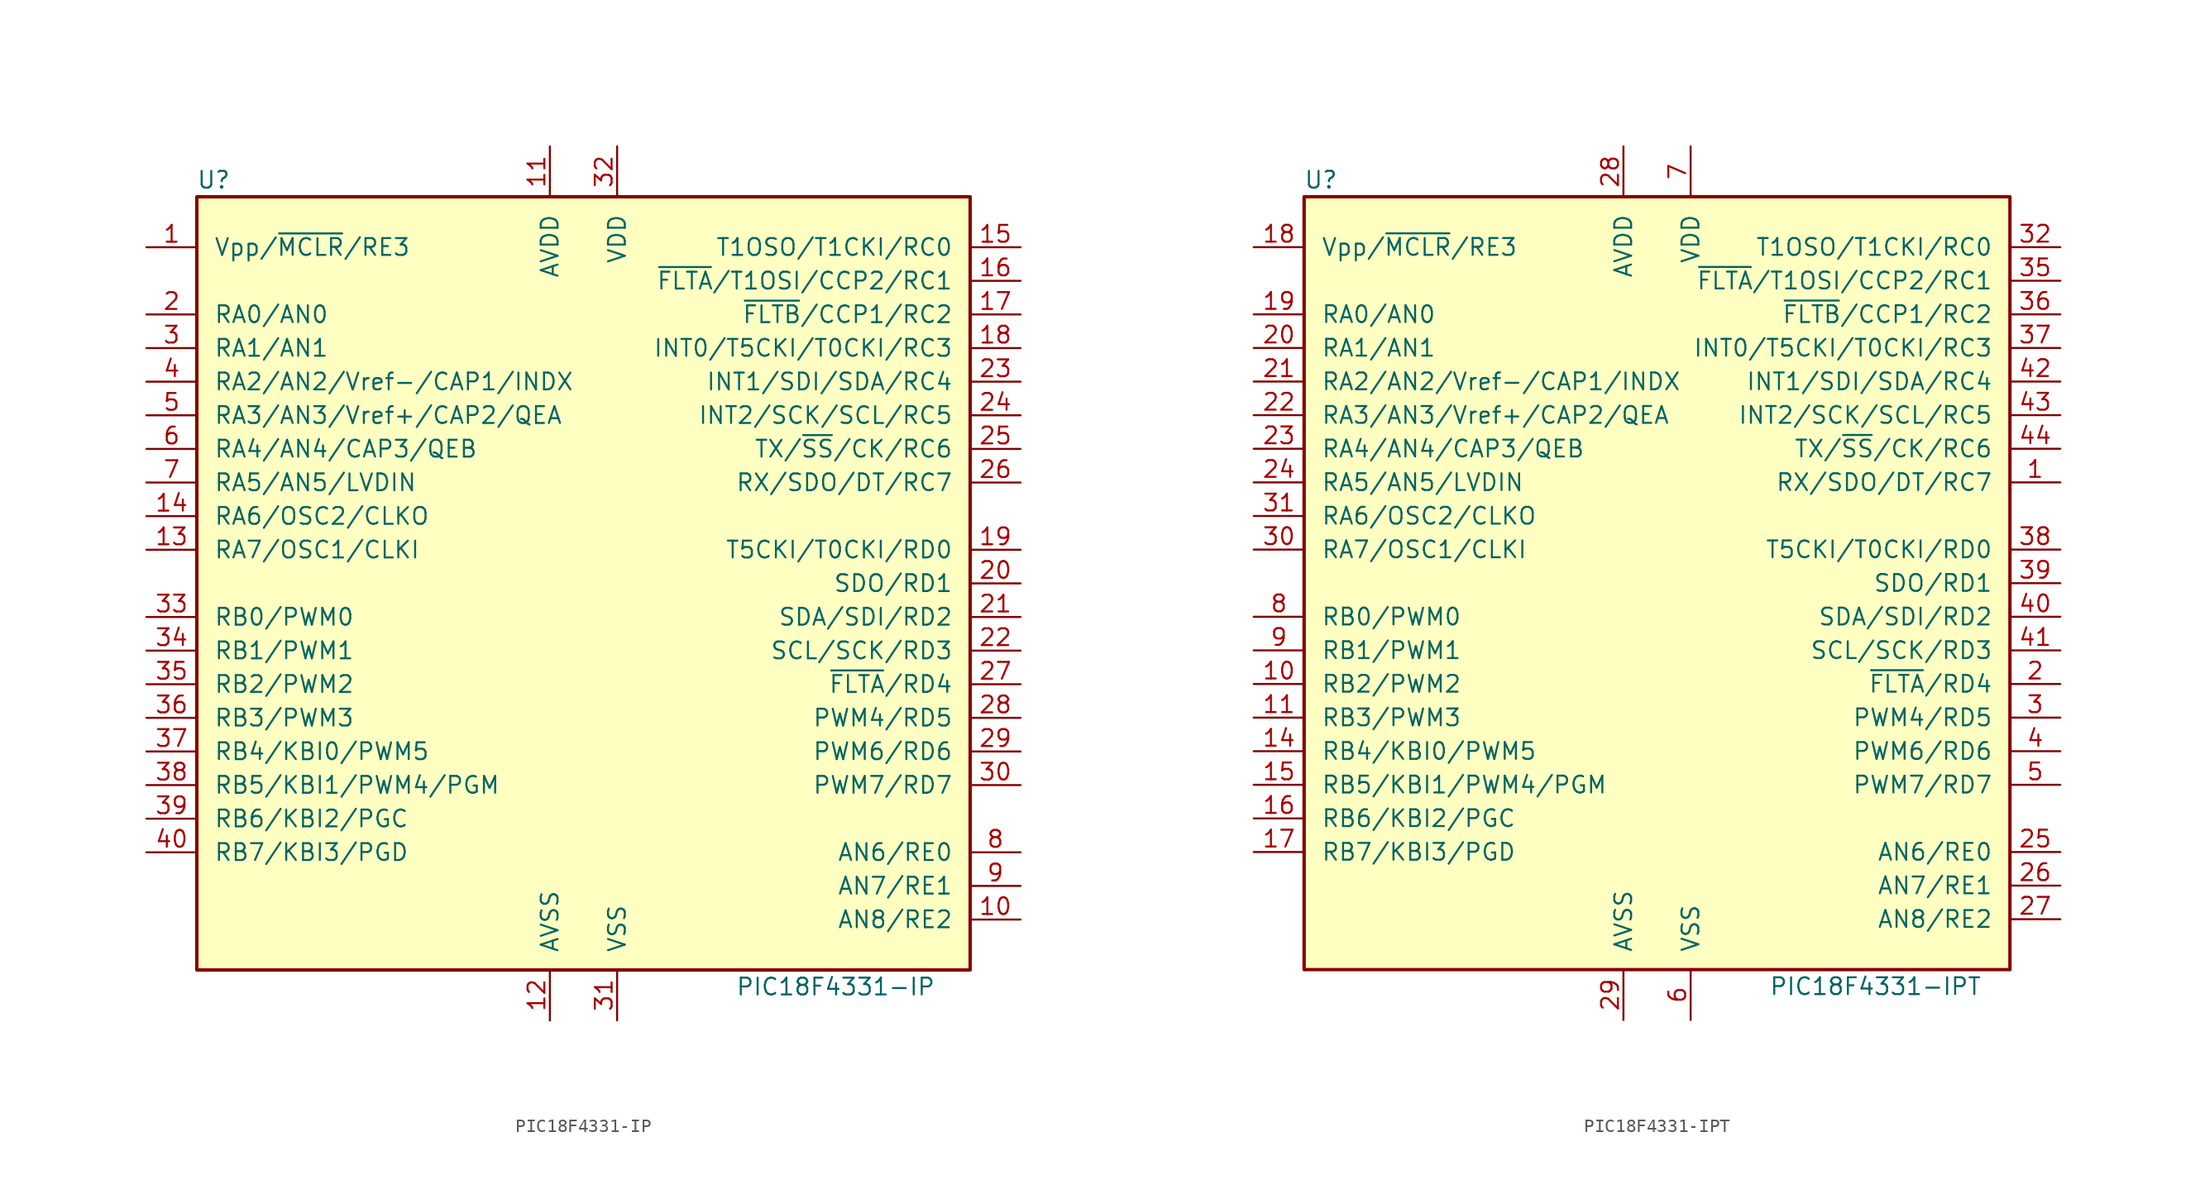
<source format=kicad_sym>
(kicad_symbol_lib
  (version 20201005)
  (generator kicad_symbol_editor)
  (symbol "PIC18F4331-IP"
    (pin_names
      (offset 1.27))
    (property "Reference" "U"
      (at -27.94 30.48 0)
      (effects (font (size 1.27 1.27))))
    (property "Value" "PIC18F4331-IP"
      (at 19.05 -30.48 0)
      (effects (font (size 1.27 1.27))))
    (symbol "PIC18F4331-IP_0_1"
      (rectangle (start -29.21 29.21) (end 29.21 -29.21) (stroke (width 0.254)) (fill (type background))))
    (symbol "PIC18F4331-IP_1_1"
      (pin input line (at -33.02 25.4 0) (length 3.81) (name "Vpp/~MCLR~/RE3" (effects (font (size 1.27 1.27)))) (number "1" (effects (font (size 1.27 1.27)))))
      (pin bidirectional line (at 33.02 -25.4 180) (length 3.81) (name "AN8/RE2" (effects (font (size 1.27 1.27)))) (number "10" (effects (font (size 1.27 1.27)))))
      (pin power_in line (at -2.54 33.02 270) (length 3.81) (name "AVDD" (effects (font (size 1.27 1.27)))) (number "11" (effects (font (size 1.27 1.27)))))
      (pin power_in line (at -2.54 -33.02 90) (length 3.81) (name "AVSS" (effects (font (size 1.27 1.27)))) (number "12" (effects (font (size 1.27 1.27)))))
      (pin bidirectional line (at -33.02 2.54 0) (length 3.81) (name "RA7/OSC1/CLKI" (effects (font (size 1.27 1.27)))) (number "13" (effects (font (size 1.27 1.27)))))
      (pin bidirectional line (at -33.02 5.08 0) (length 3.81) (name "RA6/OSC2/CLKO" (effects (font (size 1.27 1.27)))) (number "14" (effects (font (size 1.27 1.27)))))
      (pin bidirectional line (at 33.02 25.4 180) (length 3.81) (name "T1OSO/T1CKI/RC0" (effects (font (size 1.27 1.27)))) (number "15" (effects (font (size 1.27 1.27)))))
      (pin bidirectional line (at 33.02 22.86 180) (length 3.81) (name "~FLTA~/T1OSI/CCP2/RC1" (effects (font (size 1.27 1.27)))) (number "16" (effects (font (size 1.27 1.27)))))
      (pin bidirectional line (at 33.02 20.32 180) (length 3.81) (name "~FLTB~/CCP1/RC2" (effects (font (size 1.27 1.27)))) (number "17" (effects (font (size 1.27 1.27)))))
      (pin bidirectional line (at 33.02 17.78 180) (length 3.81) (name "INT0/T5CKI/T0CKI/RC3" (effects (font (size 1.27 1.27)))) (number "18" (effects (font (size 1.27 1.27)))))
      (pin bidirectional line (at 33.02 2.54 180) (length 3.81) (name "T5CKI/T0CKI/RD0" (effects (font (size 1.27 1.27)))) (number "19" (effects (font (size 1.27 1.27)))))
      (pin bidirectional line (at -33.02 20.32 0) (length 3.81) (name "RA0/AN0" (effects (font (size 1.27 1.27)))) (number "2" (effects (font (size 1.27 1.27)))))
      (pin bidirectional line (at 33.02 0 180) (length 3.81) (name "SDO/RD1" (effects (font (size 1.27 1.27)))) (number "20" (effects (font (size 1.27 1.27)))))
      (pin bidirectional line (at 33.02 -2.54 180) (length 3.81) (name "SDA/SDI/RD2" (effects (font (size 1.27 1.27)))) (number "21" (effects (font (size 1.27 1.27)))))
      (pin bidirectional line (at 33.02 -5.08 180) (length 3.81) (name "SCL/SCK/RD3" (effects (font (size 1.27 1.27)))) (number "22" (effects (font (size 1.27 1.27)))))
      (pin bidirectional line (at 33.02 15.24 180) (length 3.81) (name "INT1/SDI/SDA/RC4" (effects (font (size 1.27 1.27)))) (number "23" (effects (font (size 1.27 1.27)))))
      (pin bidirectional line (at 33.02 12.7 180) (length 3.81) (name "INT2/SCK/SCL/RC5" (effects (font (size 1.27 1.27)))) (number "24" (effects (font (size 1.27 1.27)))))
      (pin bidirectional line (at 33.02 10.16 180) (length 3.81) (name "TX/~SS~/CK/RC6" (effects (font (size 1.27 1.27)))) (number "25" (effects (font (size 1.27 1.27)))))
      (pin bidirectional line (at 33.02 7.62 180) (length 3.81) (name "RX/SDO/DT/RC7" (effects (font (size 1.27 1.27)))) (number "26" (effects (font (size 1.27 1.27)))))
      (pin bidirectional line (at 33.02 -7.62 180) (length 3.81) (name "~FLTA~/RD4" (effects (font (size 1.27 1.27)))) (number "27" (effects (font (size 1.27 1.27)))))
      (pin bidirectional line (at 33.02 -10.16 180) (length 3.81) (name "PWM4/RD5" (effects (font (size 1.27 1.27)))) (number "28" (effects (font (size 1.27 1.27)))))
      (pin bidirectional line (at 33.02 -12.7 180) (length 3.81) (name "PWM6/RD6" (effects (font (size 1.27 1.27)))) (number "29" (effects (font (size 1.27 1.27)))))
      (pin bidirectional line (at -33.02 17.78 0) (length 3.81) (name "RA1/AN1" (effects (font (size 1.27 1.27)))) (number "3" (effects (font (size 1.27 1.27)))))
      (pin bidirectional line (at 33.02 -15.24 180) (length 3.81) (name "PWM7/RD7" (effects (font (size 1.27 1.27)))) (number "30" (effects (font (size 1.27 1.27)))))
      (pin power_in line (at 2.54 -33.02 90) (length 3.81) (name "VSS" (effects (font (size 1.27 1.27)))) (number "31" (effects (font (size 1.27 1.27)))))
      (pin power_in line (at 2.54 33.02 270) (length 3.81) (name "VDD" (effects (font (size 1.27 1.27)))) (number "32" (effects (font (size 1.27 1.27)))))
      (pin bidirectional line (at -33.02 -2.54 0) (length 3.81) (name "RB0/PWM0" (effects (font (size 1.27 1.27)))) (number "33" (effects (font (size 1.27 1.27)))))
      (pin bidirectional line (at -33.02 -5.08 0) (length 3.81) (name "RB1/PWM1" (effects (font (size 1.27 1.27)))) (number "34" (effects (font (size 1.27 1.27)))))
      (pin bidirectional line (at -33.02 -7.62 0) (length 3.81) (name "RB2/PWM2" (effects (font (size 1.27 1.27)))) (number "35" (effects (font (size 1.27 1.27)))))
      (pin bidirectional line (at -33.02 -10.16 0) (length 3.81) (name "RB3/PWM3" (effects (font (size 1.27 1.27)))) (number "36" (effects (font (size 1.27 1.27)))))
      (pin bidirectional line (at -33.02 -12.7 0) (length 3.81) (name "RB4/KBI0/PWM5" (effects (font (size 1.27 1.27)))) (number "37" (effects (font (size 1.27 1.27)))))
      (pin bidirectional line (at -33.02 -15.24 0) (length 3.81) (name "RB5/KBI1/PWM4/PGM" (effects (font (size 1.27 1.27)))) (number "38" (effects (font (size 1.27 1.27)))))
      (pin bidirectional line (at -33.02 -17.78 0) (length 3.81) (name "RB6/KBI2/PGC" (effects (font (size 1.27 1.27)))) (number "39" (effects (font (size 1.27 1.27)))))
      (pin bidirectional line (at -33.02 15.24 0) (length 3.81) (name "RA2/AN2/Vref-/CAP1/INDX" (effects (font (size 1.27 1.27)))) (number "4" (effects (font (size 1.27 1.27)))))
      (pin bidirectional line (at -33.02 -20.32 0) (length 3.81) (name "RB7/KBI3/PGD" (effects (font (size 1.27 1.27)))) (number "40" (effects (font (size 1.27 1.27)))))
      (pin bidirectional line (at -33.02 12.7 0) (length 3.81) (name "RA3/AN3/Vref+/CAP2/QEA" (effects (font (size 1.27 1.27)))) (number "5" (effects (font (size 1.27 1.27)))))
      (pin bidirectional line (at -33.02 10.16 0) (length 3.81) (name "RA4/AN4/CAP3/QEB" (effects (font (size 1.27 1.27)))) (number "6" (effects (font (size 1.27 1.27)))))
      (pin bidirectional line (at -33.02 7.62 0) (length 3.81) (name "RA5/AN5/LVDIN" (effects (font (size 1.27 1.27)))) (number "7" (effects (font (size 1.27 1.27)))))
      (pin bidirectional line (at 33.02 -20.32 180) (length 3.81) (name "AN6/RE0" (effects (font (size 1.27 1.27)))) (number "8" (effects (font (size 1.27 1.27)))))
      (pin bidirectional line (at 33.02 -22.86 180) (length 3.81) (name "AN7/RE1" (effects (font (size 1.27 1.27)))) (number "9" (effects (font (size 1.27 1.27)))))))
  (symbol "PIC18F4331-IPT"
    (pin_names
      (offset 1.27))
    (property "Reference" "U"
      (at -25.4 30.48 0)
      (effects (font (size 1.27 1.27))))
    (property "Value" "PIC18F4331-IPT"
      (at 16.51 -30.48 0)
      (effects (font (size 1.27 1.27))))
    (symbol "PIC18F4331-IPT_0_1"
      (rectangle (start -26.67 29.21) (end 26.67 -29.21) (stroke (width 0.254)) (fill (type background))))
    (symbol "PIC18F4331-IPT_1_1"
      (pin bidirectional line (at 30.48 7.62 180) (length 3.81) (name "RX/SDO/DT/RC7" (effects (font (size 1.27 1.27)))) (number "1" (effects (font (size 1.27 1.27)))))
      (pin bidirectional line (at -30.48 -7.62 0) (length 3.81) (name "RB2/PWM2" (effects (font (size 1.27 1.27)))) (number "10" (effects (font (size 1.27 1.27)))))
      (pin bidirectional line (at -30.48 -10.16 0) (length 3.81) (name "RB3/PWM3" (effects (font (size 1.27 1.27)))) (number "11" (effects (font (size 1.27 1.27)))))
      (pin no_connect line (at -15.24 -33.02 90) (length 3.81) hide (name "NC" (effects (font (size 1.27 1.27)))) (number "12" (effects (font (size 1.27 1.27)))))
      (pin no_connect line (at -12.7 -33.02 90) (length 3.81) hide (name "NC" (effects (font (size 1.27 1.27)))) (number "13" (effects (font (size 1.27 1.27)))))
      (pin bidirectional line (at -30.48 -12.7 0) (length 3.81) (name "RB4/KBI0/PWM5" (effects (font (size 1.27 1.27)))) (number "14" (effects (font (size 1.27 1.27)))))
      (pin bidirectional line (at -30.48 -15.24 0) (length 3.81) (name "RB5/KBI1/PWM4/PGM" (effects (font (size 1.27 1.27)))) (number "15" (effects (font (size 1.27 1.27)))))
      (pin bidirectional line (at -30.48 -17.78 0) (length 3.81) (name "RB6/KBI2/PGC" (effects (font (size 1.27 1.27)))) (number "16" (effects (font (size 1.27 1.27)))))
      (pin bidirectional line (at -30.48 -20.32 0) (length 3.81) (name "RB7/KBI3/PGD" (effects (font (size 1.27 1.27)))) (number "17" (effects (font (size 1.27 1.27)))))
      (pin input line (at -30.48 25.4 0) (length 3.81) (name "Vpp/~MCLR~/RE3" (effects (font (size 1.27 1.27)))) (number "18" (effects (font (size 1.27 1.27)))))
      (pin bidirectional line (at -30.48 20.32 0) (length 3.81) (name "RA0/AN0" (effects (font (size 1.27 1.27)))) (number "19" (effects (font (size 1.27 1.27)))))
      (pin bidirectional line (at 30.48 -7.62 180) (length 3.81) (name "~FLTA~/RD4" (effects (font (size 1.27 1.27)))) (number "2" (effects (font (size 1.27 1.27)))))
      (pin bidirectional line (at -30.48 17.78 0) (length 3.81) (name "RA1/AN1" (effects (font (size 1.27 1.27)))) (number "20" (effects (font (size 1.27 1.27)))))
      (pin bidirectional line (at -30.48 15.24 0) (length 3.81) (name "RA2/AN2/Vref-/CAP1/INDX" (effects (font (size 1.27 1.27)))) (number "21" (effects (font (size 1.27 1.27)))))
      (pin bidirectional line (at -30.48 12.7 0) (length 3.81) (name "RA3/AN3/Vref+/CAP2/QEA" (effects (font (size 1.27 1.27)))) (number "22" (effects (font (size 1.27 1.27)))))
      (pin bidirectional line (at -30.48 10.16 0) (length 3.81) (name "RA4/AN4/CAP3/QEB" (effects (font (size 1.27 1.27)))) (number "23" (effects (font (size 1.27 1.27)))))
      (pin bidirectional line (at -30.48 7.62 0) (length 3.81) (name "RA5/AN5/LVDIN" (effects (font (size 1.27 1.27)))) (number "24" (effects (font (size 1.27 1.27)))))
      (pin bidirectional line (at 30.48 -20.32 180) (length 3.81) (name "AN6/RE0" (effects (font (size 1.27 1.27)))) (number "25" (effects (font (size 1.27 1.27)))))
      (pin bidirectional line (at 30.48 -22.86 180) (length 3.81) (name "AN7/RE1" (effects (font (size 1.27 1.27)))) (number "26" (effects (font (size 1.27 1.27)))))
      (pin bidirectional line (at 30.48 -25.4 180) (length 3.81) (name "AN8/RE2" (effects (font (size 1.27 1.27)))) (number "27" (effects (font (size 1.27 1.27)))))
      (pin power_in line (at -2.54 33.02 270) (length 3.81) (name "AVDD" (effects (font (size 1.27 1.27)))) (number "28" (effects (font (size 1.27 1.27)))))
      (pin power_in line (at -2.54 -33.02 90) (length 3.81) (name "AVSS" (effects (font (size 1.27 1.27)))) (number "29" (effects (font (size 1.27 1.27)))))
      (pin bidirectional line (at 30.48 -10.16 180) (length 3.81) (name "PWM4/RD5" (effects (font (size 1.27 1.27)))) (number "3" (effects (font (size 1.27 1.27)))))
      (pin bidirectional line (at -30.48 2.54 0) (length 3.81) (name "RA7/OSC1/CLKI" (effects (font (size 1.27 1.27)))) (number "30" (effects (font (size 1.27 1.27)))))
      (pin bidirectional line (at -30.48 5.08 0) (length 3.81) (name "RA6/OSC2/CLKO" (effects (font (size 1.27 1.27)))) (number "31" (effects (font (size 1.27 1.27)))))
      (pin bidirectional line (at 30.48 25.4 180) (length 3.81) (name "T1OSO/T1CKI/RC0" (effects (font (size 1.27 1.27)))) (number "32" (effects (font (size 1.27 1.27)))))
      (pin no_connect line (at -10.16 -33.02 90) (length 3.81) hide (name "NC" (effects (font (size 1.27 1.27)))) (number "33" (effects (font (size 1.27 1.27)))))
      (pin no_connect line (at -7.62 -33.02 90) (length 3.81) hide (name "NC" (effects (font (size 1.27 1.27)))) (number "34" (effects (font (size 1.27 1.27)))))
      (pin bidirectional line (at 30.48 22.86 180) (length 3.81) (name "~FLTA~/T1OSI/CCP2/RC1" (effects (font (size 1.27 1.27)))) (number "35" (effects (font (size 1.27 1.27)))))
      (pin bidirectional line (at 30.48 20.32 180) (length 3.81) (name "~FLTB~/CCP1/RC2" (effects (font (size 1.27 1.27)))) (number "36" (effects (font (size 1.27 1.27)))))
      (pin bidirectional line (at 30.48 17.78 180) (length 3.81) (name "INT0/T5CKI/T0CKI/RC3" (effects (font (size 1.27 1.27)))) (number "37" (effects (font (size 1.27 1.27)))))
      (pin bidirectional line (at 30.48 2.54 180) (length 3.81) (name "T5CKI/T0CKI/RD0" (effects (font (size 1.27 1.27)))) (number "38" (effects (font (size 1.27 1.27)))))
      (pin bidirectional line (at 30.48 0 180) (length 3.81) (name "SDO/RD1" (effects (font (size 1.27 1.27)))) (number "39" (effects (font (size 1.27 1.27)))))
      (pin bidirectional line (at 30.48 -12.7 180) (length 3.81) (name "PWM6/RD6" (effects (font (size 1.27 1.27)))) (number "4" (effects (font (size 1.27 1.27)))))
      (pin bidirectional line (at 30.48 -2.54 180) (length 3.81) (name "SDA/SDI/RD2" (effects (font (size 1.27 1.27)))) (number "40" (effects (font (size 1.27 1.27)))))
      (pin bidirectional line (at 30.48 -5.08 180) (length 3.81) (name "SCL/SCK/RD3" (effects (font (size 1.27 1.27)))) (number "41" (effects (font (size 1.27 1.27)))))
      (pin bidirectional line (at 30.48 15.24 180) (length 3.81) (name "INT1/SDI/SDA/RC4" (effects (font (size 1.27 1.27)))) (number "42" (effects (font (size 1.27 1.27)))))
      (pin bidirectional line (at 30.48 12.7 180) (length 3.81) (name "INT2/SCK/SCL/RC5" (effects (font (size 1.27 1.27)))) (number "43" (effects (font (size 1.27 1.27)))))
      (pin bidirectional line (at 30.48 10.16 180) (length 3.81) (name "TX/~SS~/CK/RC6" (effects (font (size 1.27 1.27)))) (number "44" (effects (font (size 1.27 1.27)))))
      (pin bidirectional line (at 30.48 -15.24 180) (length 3.81) (name "PWM7/RD7" (effects (font (size 1.27 1.27)))) (number "5" (effects (font (size 1.27 1.27)))))
      (pin power_in line (at 2.54 -33.02 90) (length 3.81) (name "VSS" (effects (font (size 1.27 1.27)))) (number "6" (effects (font (size 1.27 1.27)))))
      (pin power_in line (at 2.54 33.02 270) (length 3.81) (name "VDD" (effects (font (size 1.27 1.27)))) (number "7" (effects (font (size 1.27 1.27)))))
      (pin bidirectional line (at -30.48 -2.54 0) (length 3.81) (name "RB0/PWM0" (effects (font (size 1.27 1.27)))) (number "8" (effects (font (size 1.27 1.27)))))
      (pin bidirectional line (at -30.48 -5.08 0) (length 3.81) (name "RB1/PWM1" (effects (font (size 1.27 1.27)))) (number "9" (effects (font (size 1.27 1.27))))))))
</source>
